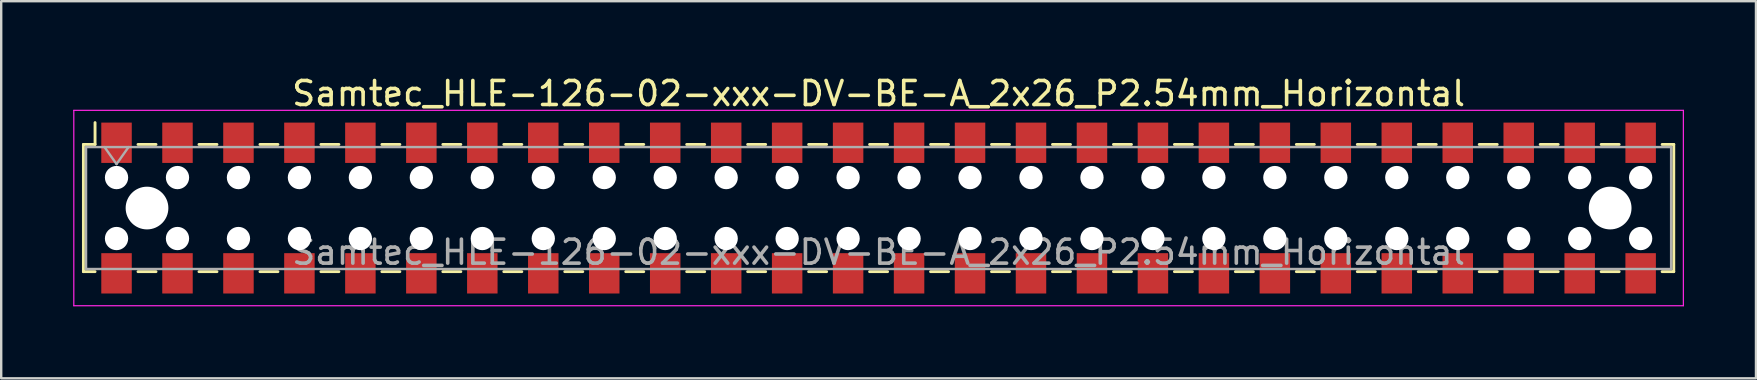
<source format=kicad_pcb>
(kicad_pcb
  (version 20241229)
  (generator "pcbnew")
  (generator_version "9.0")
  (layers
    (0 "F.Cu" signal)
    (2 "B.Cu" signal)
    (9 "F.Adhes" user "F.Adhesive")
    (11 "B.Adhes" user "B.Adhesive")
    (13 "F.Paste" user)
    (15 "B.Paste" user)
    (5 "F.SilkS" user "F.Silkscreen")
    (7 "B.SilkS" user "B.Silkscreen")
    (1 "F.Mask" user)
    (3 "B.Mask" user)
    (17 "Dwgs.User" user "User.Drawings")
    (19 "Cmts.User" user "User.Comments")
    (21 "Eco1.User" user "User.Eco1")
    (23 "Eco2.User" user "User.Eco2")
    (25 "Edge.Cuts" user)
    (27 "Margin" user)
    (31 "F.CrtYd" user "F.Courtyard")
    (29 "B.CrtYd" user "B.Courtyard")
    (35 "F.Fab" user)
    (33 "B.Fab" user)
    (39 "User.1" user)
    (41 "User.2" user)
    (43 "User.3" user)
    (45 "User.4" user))
  (footprint "Samtec_HLE-126-02-xxx-DV-BE-A_2x26_P2.54mm_Horizontal"
    (layer "F.Cu")
    (at 33.555 5.618)
    (property "Reference" "Samtec_HLE-126-02-xxx-DV-BE-A_2x26_P2.54mm_Horizontal" (at 0 -4.77 0) (layer "F.SilkS") (effects (font (size 1 1) (thickness 0.15))))
    (attr smd)
    (fp_line (start -33.13 -2.65) (end -33.13 2.65) (stroke (width 0.12) (type solid)) (layer "F.SilkS"))
    (fp_line (start -33.13 2.65) (end -32.645 2.65) (stroke (width 0.12) (type solid)) (layer "F.SilkS"))
    (fp_line (start -32.645 -3.56) (end -32.645 -2.65) (stroke (width 0.12) (type solid)) (layer "F.SilkS"))
    (fp_line (start -32.645 -2.65) (end -33.13 -2.65) (stroke (width 0.12) (type solid)) (layer "F.SilkS"))
    (fp_line (start -30.855 -2.65) (end -30.105 -2.65) (stroke (width 0.12) (type solid)) (layer "F.SilkS"))
    (fp_line (start -30.855 2.65) (end -30.105 2.65) (stroke (width 0.12) (type solid)) (layer "F.SilkS"))
    (fp_line (start -28.315 -2.65) (end -27.565 -2.65) (stroke (width 0.12) (type solid)) (layer "F.SilkS"))
    (fp_line (start -28.315 2.65) (end -27.565 2.65) (stroke (width 0.12) (type solid)) (layer "F.SilkS"))
    (fp_line (start -25.775 -2.65) (end -25.025 -2.65) (stroke (width 0.12) (type solid)) (layer "F.SilkS"))
    (fp_line (start -25.775 2.65) (end -25.025 2.65) (stroke (width 0.12) (type solid)) (layer "F.SilkS"))
    (fp_line (start -23.235 -2.65) (end -22.485 -2.65) (stroke (width 0.12) (type solid)) (layer "F.SilkS"))
    (fp_line (start -23.235 2.65) (end -22.485 2.65) (stroke (width 0.12) (type solid)) (layer "F.SilkS"))
    (fp_line (start -20.695 -2.65) (end -19.945 -2.65) (stroke (width 0.12) (type solid)) (layer "F.SilkS"))
    (fp_line (start -20.695 2.65) (end -19.945 2.65) (stroke (width 0.12) (type solid)) (layer "F.SilkS"))
    (fp_line (start -18.155 -2.65) (end -17.405 -2.65) (stroke (width 0.12) (type solid)) (layer "F.SilkS"))
    (fp_line (start -18.155 2.65) (end -17.405 2.65) (stroke (width 0.12) (type solid)) (layer "F.SilkS"))
    (fp_line (start -15.615 -2.65) (end -14.865 -2.65) (stroke (width 0.12) (type solid)) (layer "F.SilkS"))
    (fp_line (start -15.615 2.65) (end -14.865 2.65) (stroke (width 0.12) (type solid)) (layer "F.SilkS"))
    (fp_line (start -13.075 -2.65) (end -12.325 -2.65) (stroke (width 0.12) (type solid)) (layer "F.SilkS"))
    (fp_line (start -13.075 2.65) (end -12.325 2.65) (stroke (width 0.12) (type solid)) (layer "F.SilkS"))
    (fp_line (start -10.535 -2.65) (end -9.785 -2.65) (stroke (width 0.12) (type solid)) (layer "F.SilkS"))
    (fp_line (start -10.535 2.65) (end -9.785 2.65) (stroke (width 0.12) (type solid)) (layer "F.SilkS"))
    (fp_line (start -7.995 -2.65) (end -7.245 -2.65) (stroke (width 0.12) (type solid)) (layer "F.SilkS"))
    (fp_line (start -7.995 2.65) (end -7.245 2.65) (stroke (width 0.12) (type solid)) (layer "F.SilkS"))
    (fp_line (start -5.455 -2.65) (end -4.705 -2.65) (stroke (width 0.12) (type solid)) (layer "F.SilkS"))
    (fp_line (start -5.455 2.65) (end -4.705 2.65) (stroke (width 0.12) (type solid)) (layer "F.SilkS"))
    (fp_line (start -2.915 -2.65) (end -2.165 -2.65) (stroke (width 0.12) (type solid)) (layer "F.SilkS"))
    (fp_line (start -2.915 2.65) (end -2.165 2.65) (stroke (width 0.12) (type solid)) (layer "F.SilkS"))
    (fp_line (start -0.375 -2.65) (end 0.375 -2.65) (stroke (width 0.12) (type solid)) (layer "F.SilkS"))
    (fp_line (start -0.375 2.65) (end 0.375 2.65) (stroke (width 0.12) (type solid)) (layer "F.SilkS"))
    (fp_line (start 2.165 -2.65) (end 2.915 -2.65) (stroke (width 0.12) (type solid)) (layer "F.SilkS"))
    (fp_line (start 2.165 2.65) (end 2.915 2.65) (stroke (width 0.12) (type solid)) (layer "F.SilkS"))
    (fp_line (start 4.705 -2.65) (end 5.455 -2.65) (stroke (width 0.12) (type solid)) (layer "F.SilkS"))
    (fp_line (start 4.705 2.65) (end 5.455 2.65) (stroke (width 0.12) (type solid)) (layer "F.SilkS"))
    (fp_line (start 7.245 -2.65) (end 7.995 -2.65) (stroke (width 0.12) (type solid)) (layer "F.SilkS"))
    (fp_line (start 7.245 2.65) (end 7.995 2.65) (stroke (width 0.12) (type solid)) (layer "F.SilkS"))
    (fp_line (start 9.785 -2.65) (end 10.535 -2.65) (stroke (width 0.12) (type solid)) (layer "F.SilkS"))
    (fp_line (start 9.785 2.65) (end 10.535 2.65) (stroke (width 0.12) (type solid)) (layer "F.SilkS"))
    (fp_line (start 12.325 -2.65) (end 13.075 -2.65) (stroke (width 0.12) (type solid)) (layer "F.SilkS"))
    (fp_line (start 12.325 2.65) (end 13.075 2.65) (stroke (width 0.12) (type solid)) (layer "F.SilkS"))
    (fp_line (start 14.865 -2.65) (end 15.615 -2.65) (stroke (width 0.12) (type solid)) (layer "F.SilkS"))
    (fp_line (start 14.865 2.65) (end 15.615 2.65) (stroke (width 0.12) (type solid)) (layer "F.SilkS"))
    (fp_line (start 17.405 -2.65) (end 18.155 -2.65) (stroke (width 0.12) (type solid)) (layer "F.SilkS"))
    (fp_line (start 17.405 2.65) (end 18.155 2.65) (stroke (width 0.12) (type solid)) (layer "F.SilkS"))
    (fp_line (start 19.945 -2.65) (end 20.695 -2.65) (stroke (width 0.12) (type solid)) (layer "F.SilkS"))
    (fp_line (start 19.945 2.65) (end 20.695 2.65) (stroke (width 0.12) (type solid)) (layer "F.SilkS"))
    (fp_line (start 22.485 -2.65) (end 23.235 -2.65) (stroke (width 0.12) (type solid)) (layer "F.SilkS"))
    (fp_line (start 22.485 2.65) (end 23.235 2.65) (stroke (width 0.12) (type solid)) (layer "F.SilkS"))
    (fp_line (start 25.025 -2.65) (end 25.775 -2.65) (stroke (width 0.12) (type solid)) (layer "F.SilkS"))
    (fp_line (start 25.025 2.65) (end 25.775 2.65) (stroke (width 0.12) (type solid)) (layer "F.SilkS"))
    (fp_line (start 27.565 -2.65) (end 28.315 -2.65) (stroke (width 0.12) (type solid)) (layer "F.SilkS"))
    (fp_line (start 27.565 2.65) (end 28.315 2.65) (stroke (width 0.12) (type solid)) (layer "F.SilkS"))
    (fp_line (start 30.105 -2.65) (end 30.855 -2.65) (stroke (width 0.12) (type solid)) (layer "F.SilkS"))
    (fp_line (start 30.105 2.65) (end 30.855 2.65) (stroke (width 0.12) (type solid)) (layer "F.SilkS"))
    (fp_line (start 32.645 -2.65) (end 33.13 -2.65) (stroke (width 0.12) (type solid)) (layer "F.SilkS"))
    (fp_line (start 33.13 -2.65) (end 33.13 2.65) (stroke (width 0.12) (type solid)) (layer "F.SilkS"))
    (fp_line (start 33.13 2.65) (end 32.645 2.65) (stroke (width 0.12) (type solid)) (layer "F.SilkS"))
    (fp_line (start -33.53 -4.07) (end 33.53 -4.07) (stroke (width 0.05) (type solid)) (layer "F.CrtYd"))
    (fp_line (start -33.53 4.07) (end -33.53 -4.07) (stroke (width 0.05) (type solid)) (layer "F.CrtYd"))
    (fp_line (start 33.53 -4.07) (end 33.53 4.07) (stroke (width 0.05) (type solid)) (layer "F.CrtYd"))
    (fp_line (start 33.53 4.07) (end -33.53 4.07) (stroke (width 0.05) (type solid)) (layer "F.CrtYd"))
    (fp_line (start -33.02 -2.54) (end 33.02 -2.54) (stroke (width 0.1) (type solid)) (layer "F.Fab"))
    (fp_line (start -33.02 2.54) (end -33.02 -2.54) (stroke (width 0.1) (type solid)) (layer "F.Fab"))
    (fp_line (start -32.25 -2.54) (end -31.75 -1.833) (stroke (width 0.1) (type solid)) (layer "F.Fab"))
    (fp_line (start -31.75 -1.833) (end -31.25 -2.54) (stroke (width 0.1) (type solid)) (layer "F.Fab"))
    (fp_line (start 33.02 -2.54) (end 33.02 2.54) (stroke (width 0.1) (type solid)) (layer "F.Fab"))
    (fp_line (start 33.02 2.54) (end -33.02 2.54) (stroke (width 0.1) (type solid)) (layer "F.Fab"))
    (fp_text user "${REFERENCE}" (at 0 1.84 0) (layer "F.Fab") (effects (font (size 1 1) (thickness 0.15))))
    (pad "" np_thru_hole circle (at -31.75 -1.27) (size 0.97 0.97) (drill 0.97) (layers "*.Cu" "*.Mask"))
    (pad "" np_thru_hole circle (at -31.75 1.27) (size 0.97 0.97) (drill 0.97) (layers "*.Cu" "*.Mask"))
    (pad "" np_thru_hole circle (at -30.48 0) (size 1.78 1.78) (drill 1.78) (layers "*.Cu" "*.Mask"))
    (pad "" np_thru_hole circle (at -29.21 -1.27) (size 0.97 0.97) (drill 0.97) (layers "*.Cu" "*.Mask"))
    (pad "" np_thru_hole circle (at -29.21 1.27) (size 0.97 0.97) (drill 0.97) (layers "*.Cu" "*.Mask"))
    (pad "" np_thru_hole circle (at -26.67 -1.27) (size 0.97 0.97) (drill 0.97) (layers "*.Cu" "*.Mask"))
    (pad "" np_thru_hole circle (at -26.67 1.27) (size 0.97 0.97) (drill 0.97) (layers "*.Cu" "*.Mask"))
    (pad "" np_thru_hole circle (at -24.13 -1.27) (size 0.97 0.97) (drill 0.97) (layers "*.Cu" "*.Mask"))
    (pad "" np_thru_hole circle (at -24.13 1.27) (size 0.97 0.97) (drill 0.97) (layers "*.Cu" "*.Mask"))
    (pad "" np_thru_hole circle (at -21.59 -1.27) (size 0.97 0.97) (drill 0.97) (layers "*.Cu" "*.Mask"))
    (pad "" np_thru_hole circle (at -21.59 1.27) (size 0.97 0.97) (drill 0.97) (layers "*.Cu" "*.Mask"))
    (pad "" np_thru_hole circle (at -19.05 -1.27) (size 0.97 0.97) (drill 0.97) (layers "*.Cu" "*.Mask"))
    (pad "" np_thru_hole circle (at -19.05 1.27) (size 0.97 0.97) (drill 0.97) (layers "*.Cu" "*.Mask"))
    (pad "" np_thru_hole circle (at -16.51 -1.27) (size 0.97 0.97) (drill 0.97) (layers "*.Cu" "*.Mask"))
    (pad "" np_thru_hole circle (at -16.51 1.27) (size 0.97 0.97) (drill 0.97) (layers "*.Cu" "*.Mask"))
    (pad "" np_thru_hole circle (at -13.97 -1.27) (size 0.97 0.97) (drill 0.97) (layers "*.Cu" "*.Mask"))
    (pad "" np_thru_hole circle (at -13.97 1.27) (size 0.97 0.97) (drill 0.97) (layers "*.Cu" "*.Mask"))
    (pad "" np_thru_hole circle (at -11.43 -1.27) (size 0.97 0.97) (drill 0.97) (layers "*.Cu" "*.Mask"))
    (pad "" np_thru_hole circle (at -11.43 1.27) (size 0.97 0.97) (drill 0.97) (layers "*.Cu" "*.Mask"))
    (pad "" np_thru_hole circle (at -8.89 -1.27) (size 0.97 0.97) (drill 0.97) (layers "*.Cu" "*.Mask"))
    (pad "" np_thru_hole circle (at -8.89 1.27) (size 0.97 0.97) (drill 0.97) (layers "*.Cu" "*.Mask"))
    (pad "" np_thru_hole circle (at -6.35 -1.27) (size 0.97 0.97) (drill 0.97) (layers "*.Cu" "*.Mask"))
    (pad "" np_thru_hole circle (at -6.35 1.27) (size 0.97 0.97) (drill 0.97) (layers "*.Cu" "*.Mask"))
    (pad "" np_thru_hole circle (at -3.81 -1.27) (size 0.97 0.97) (drill 0.97) (layers "*.Cu" "*.Mask"))
    (pad "" np_thru_hole circle (at -3.81 1.27) (size 0.97 0.97) (drill 0.97) (layers "*.Cu" "*.Mask"))
    (pad "" np_thru_hole circle (at -1.27 -1.27) (size 0.97 0.97) (drill 0.97) (layers "*.Cu" "*.Mask"))
    (pad "" np_thru_hole circle (at -1.27 1.27) (size 0.97 0.97) (drill 0.97) (layers "*.Cu" "*.Mask"))
    (pad "" np_thru_hole circle (at 1.27 -1.27) (size 0.97 0.97) (drill 0.97) (layers "*.Cu" "*.Mask"))
    (pad "" np_thru_hole circle (at 1.27 1.27) (size 0.97 0.97) (drill 0.97) (layers "*.Cu" "*.Mask"))
    (pad "" np_thru_hole circle (at 3.81 -1.27) (size 0.97 0.97) (drill 0.97) (layers "*.Cu" "*.Mask"))
    (pad "" np_thru_hole circle (at 3.81 1.27) (size 0.97 0.97) (drill 0.97) (layers "*.Cu" "*.Mask"))
    (pad "" np_thru_hole circle (at 6.35 -1.27) (size 0.97 0.97) (drill 0.97) (layers "*.Cu" "*.Mask"))
    (pad "" np_thru_hole circle (at 6.35 1.27) (size 0.97 0.97) (drill 0.97) (layers "*.Cu" "*.Mask"))
    (pad "" np_thru_hole circle (at 8.89 -1.27) (size 0.97 0.97) (drill 0.97) (layers "*.Cu" "*.Mask"))
    (pad "" np_thru_hole circle (at 8.89 1.27) (size 0.97 0.97) (drill 0.97) (layers "*.Cu" "*.Mask"))
    (pad "" np_thru_hole circle (at 11.43 -1.27) (size 0.97 0.97) (drill 0.97) (layers "*.Cu" "*.Mask"))
    (pad "" np_thru_hole circle (at 11.43 1.27) (size 0.97 0.97) (drill 0.97) (layers "*.Cu" "*.Mask"))
    (pad "" np_thru_hole circle (at 13.97 -1.27) (size 0.97 0.97) (drill 0.97) (layers "*.Cu" "*.Mask"))
    (pad "" np_thru_hole circle (at 13.97 1.27) (size 0.97 0.97) (drill 0.97) (layers "*.Cu" "*.Mask"))
    (pad "" np_thru_hole circle (at 16.51 -1.27) (size 0.97 0.97) (drill 0.97) (layers "*.Cu" "*.Mask"))
    (pad "" np_thru_hole circle (at 16.51 1.27) (size 0.97 0.97) (drill 0.97) (layers "*.Cu" "*.Mask"))
    (pad "" np_thru_hole circle (at 19.05 -1.27) (size 0.97 0.97) (drill 0.97) (layers "*.Cu" "*.Mask"))
    (pad "" np_thru_hole circle (at 19.05 1.27) (size 0.97 0.97) (drill 0.97) (layers "*.Cu" "*.Mask"))
    (pad "" np_thru_hole circle (at 21.59 -1.27) (size 0.97 0.97) (drill 0.97) (layers "*.Cu" "*.Mask"))
    (pad "" np_thru_hole circle (at 21.59 1.27) (size 0.97 0.97) (drill 0.97) (layers "*.Cu" "*.Mask"))
    (pad "" np_thru_hole circle (at 24.13 -1.27) (size 0.97 0.97) (drill 0.97) (layers "*.Cu" "*.Mask"))
    (pad "" np_thru_hole circle (at 24.13 1.27) (size 0.97 0.97) (drill 0.97) (layers "*.Cu" "*.Mask"))
    (pad "" np_thru_hole circle (at 26.67 -1.27) (size 0.97 0.97) (drill 0.97) (layers "*.Cu" "*.Mask"))
    (pad "" np_thru_hole circle (at 26.67 1.27) (size 0.97 0.97) (drill 0.97) (layers "*.Cu" "*.Mask"))
    (pad "" np_thru_hole circle (at 29.21 -1.27) (size 0.97 0.97) (drill 0.97) (layers "*.Cu" "*.Mask"))
    (pad "" np_thru_hole circle (at 29.21 1.27) (size 0.97 0.97) (drill 0.97) (layers "*.Cu" "*.Mask"))
    (pad "" np_thru_hole circle (at 30.48 0) (size 1.78 1.78) (drill 1.78) (layers "*.Cu" "*.Mask"))
    (pad "" np_thru_hole circle (at 31.75 -1.27) (size 0.97 0.97) (drill 0.97) (layers "*.Cu" "*.Mask"))
    (pad "" np_thru_hole circle (at 31.75 1.27) (size 0.97 0.97) (drill 0.97) (layers "*.Cu" "*.Mask"))
    (pad "1" smd rect (at -31.75 -2.72) (size 1.27 1.68) (layers "F.Cu" "F.Mask" "F.Paste"))
    (pad "2" smd rect (at -31.75 2.72) (size 1.27 1.68) (layers "F.Cu" "F.Mask" "F.Paste"))
    (pad "3" smd rect (at -29.21 -2.72) (size 1.27 1.68) (layers "F.Cu" "F.Mask" "F.Paste"))
    (pad "4" smd rect (at -29.21 2.72) (size 1.27 1.68) (layers "F.Cu" "F.Mask" "F.Paste"))
    (pad "5" smd rect (at -26.67 -2.72) (size 1.27 1.68) (layers "F.Cu" "F.Mask" "F.Paste"))
    (pad "6" smd rect (at -26.67 2.72) (size 1.27 1.68) (layers "F.Cu" "F.Mask" "F.Paste"))
    (pad "7" smd rect (at -24.13 -2.72) (size 1.27 1.68) (layers "F.Cu" "F.Mask" "F.Paste"))
    (pad "8" smd rect (at -24.13 2.72) (size 1.27 1.68) (layers "F.Cu" "F.Mask" "F.Paste"))
    (pad "9" smd rect (at -21.59 -2.72) (size 1.27 1.68) (layers "F.Cu" "F.Mask" "F.Paste"))
    (pad "10" smd rect (at -21.59 2.72) (size 1.27 1.68) (layers "F.Cu" "F.Mask" "F.Paste"))
    (pad "11" smd rect (at -19.05 -2.72) (size 1.27 1.68) (layers "F.Cu" "F.Mask" "F.Paste"))
    (pad "12" smd rect (at -19.05 2.72) (size 1.27 1.68) (layers "F.Cu" "F.Mask" "F.Paste"))
    (pad "13" smd rect (at -16.51 -2.72) (size 1.27 1.68) (layers "F.Cu" "F.Mask" "F.Paste"))
    (pad "14" smd rect (at -16.51 2.72) (size 1.27 1.68) (layers "F.Cu" "F.Mask" "F.Paste"))
    (pad "15" smd rect (at -13.97 -2.72) (size 1.27 1.68) (layers "F.Cu" "F.Mask" "F.Paste"))
    (pad "16" smd rect (at -13.97 2.72) (size 1.27 1.68) (layers "F.Cu" "F.Mask" "F.Paste"))
    (pad "17" smd rect (at -11.43 -2.72) (size 1.27 1.68) (layers "F.Cu" "F.Mask" "F.Paste"))
    (pad "18" smd rect (at -11.43 2.72) (size 1.27 1.68) (layers "F.Cu" "F.Mask" "F.Paste"))
    (pad "19" smd rect (at -8.89 -2.72) (size 1.27 1.68) (layers "F.Cu" "F.Mask" "F.Paste"))
    (pad "20" smd rect (at -8.89 2.72) (size 1.27 1.68) (layers "F.Cu" "F.Mask" "F.Paste"))
    (pad "21" smd rect (at -6.35 -2.72) (size 1.27 1.68) (layers "F.Cu" "F.Mask" "F.Paste"))
    (pad "22" smd rect (at -6.35 2.72) (size 1.27 1.68) (layers "F.Cu" "F.Mask" "F.Paste"))
    (pad "23" smd rect (at -3.81 -2.72) (size 1.27 1.68) (layers "F.Cu" "F.Mask" "F.Paste"))
    (pad "24" smd rect (at -3.81 2.72) (size 1.27 1.68) (layers "F.Cu" "F.Mask" "F.Paste"))
    (pad "25" smd rect (at -1.27 -2.72) (size 1.27 1.68) (layers "F.Cu" "F.Mask" "F.Paste"))
    (pad "26" smd rect (at -1.27 2.72) (size 1.27 1.68) (layers "F.Cu" "F.Mask" "F.Paste"))
    (pad "27" smd rect (at 1.27 -2.72) (size 1.27 1.68) (layers "F.Cu" "F.Mask" "F.Paste"))
    (pad "28" smd rect (at 1.27 2.72) (size 1.27 1.68) (layers "F.Cu" "F.Mask" "F.Paste"))
    (pad "29" smd rect (at 3.81 -2.72) (size 1.27 1.68) (layers "F.Cu" "F.Mask" "F.Paste"))
    (pad "30" smd rect (at 3.81 2.72) (size 1.27 1.68) (layers "F.Cu" "F.Mask" "F.Paste"))
    (pad "31" smd rect (at 6.35 -2.72) (size 1.27 1.68) (layers "F.Cu" "F.Mask" "F.Paste"))
    (pad "32" smd rect (at 6.35 2.72) (size 1.27 1.68) (layers "F.Cu" "F.Mask" "F.Paste"))
    (pad "33" smd rect (at 8.89 -2.72) (size 1.27 1.68) (layers "F.Cu" "F.Mask" "F.Paste"))
    (pad "34" smd rect (at 8.89 2.72) (size 1.27 1.68) (layers "F.Cu" "F.Mask" "F.Paste"))
    (pad "35" smd rect (at 11.43 -2.72) (size 1.27 1.68) (layers "F.Cu" "F.Mask" "F.Paste"))
    (pad "36" smd rect (at 11.43 2.72) (size 1.27 1.68) (layers "F.Cu" "F.Mask" "F.Paste"))
    (pad "37" smd rect (at 13.97 -2.72) (size 1.27 1.68) (layers "F.Cu" "F.Mask" "F.Paste"))
    (pad "38" smd rect (at 13.97 2.72) (size 1.27 1.68) (layers "F.Cu" "F.Mask" "F.Paste"))
    (pad "39" smd rect (at 16.51 -2.72) (size 1.27 1.68) (layers "F.Cu" "F.Mask" "F.Paste"))
    (pad "40" smd rect (at 16.51 2.72) (size 1.27 1.68) (layers "F.Cu" "F.Mask" "F.Paste"))
    (pad "41" smd rect (at 19.05 -2.72) (size 1.27 1.68) (layers "F.Cu" "F.Mask" "F.Paste"))
    (pad "42" smd rect (at 19.05 2.72) (size 1.27 1.68) (layers "F.Cu" "F.Mask" "F.Paste"))
    (pad "43" smd rect (at 21.59 -2.72) (size 1.27 1.68) (layers "F.Cu" "F.Mask" "F.Paste"))
    (pad "44" smd rect (at 21.59 2.72) (size 1.27 1.68) (layers "F.Cu" "F.Mask" "F.Paste"))
    (pad "45" smd rect (at 24.13 -2.72) (size 1.27 1.68) (layers "F.Cu" "F.Mask" "F.Paste"))
    (pad "46" smd rect (at 24.13 2.72) (size 1.27 1.68) (layers "F.Cu" "F.Mask" "F.Paste"))
    (pad "47" smd rect (at 26.67 -2.72) (size 1.27 1.68) (layers "F.Cu" "F.Mask" "F.Paste"))
    (pad "48" smd rect (at 26.67 2.72) (size 1.27 1.68) (layers "F.Cu" "F.Mask" "F.Paste"))
    (pad "49" smd rect (at 29.21 -2.72) (size 1.27 1.68) (layers "F.Cu" "F.Mask" "F.Paste"))
    (pad "50" smd rect (at 29.21 2.72) (size 1.27 1.68) (layers "F.Cu" "F.Mask" "F.Paste"))
    (pad "51" smd rect (at 31.75 -2.72) (size 1.27 1.68) (layers "F.Cu" "F.Mask" "F.Paste"))
    (pad "52" smd rect (at 31.75 2.72) (size 1.27 1.68) (layers "F.Cu" "F.Mask" "F.Paste")))
  (gr_rect
    (start -3 -3)
    (end 70.11 12.713)
    (stroke (width 0.1) (type default))
    (fill no)
    (layer "Edge.Cuts")))
</source>
